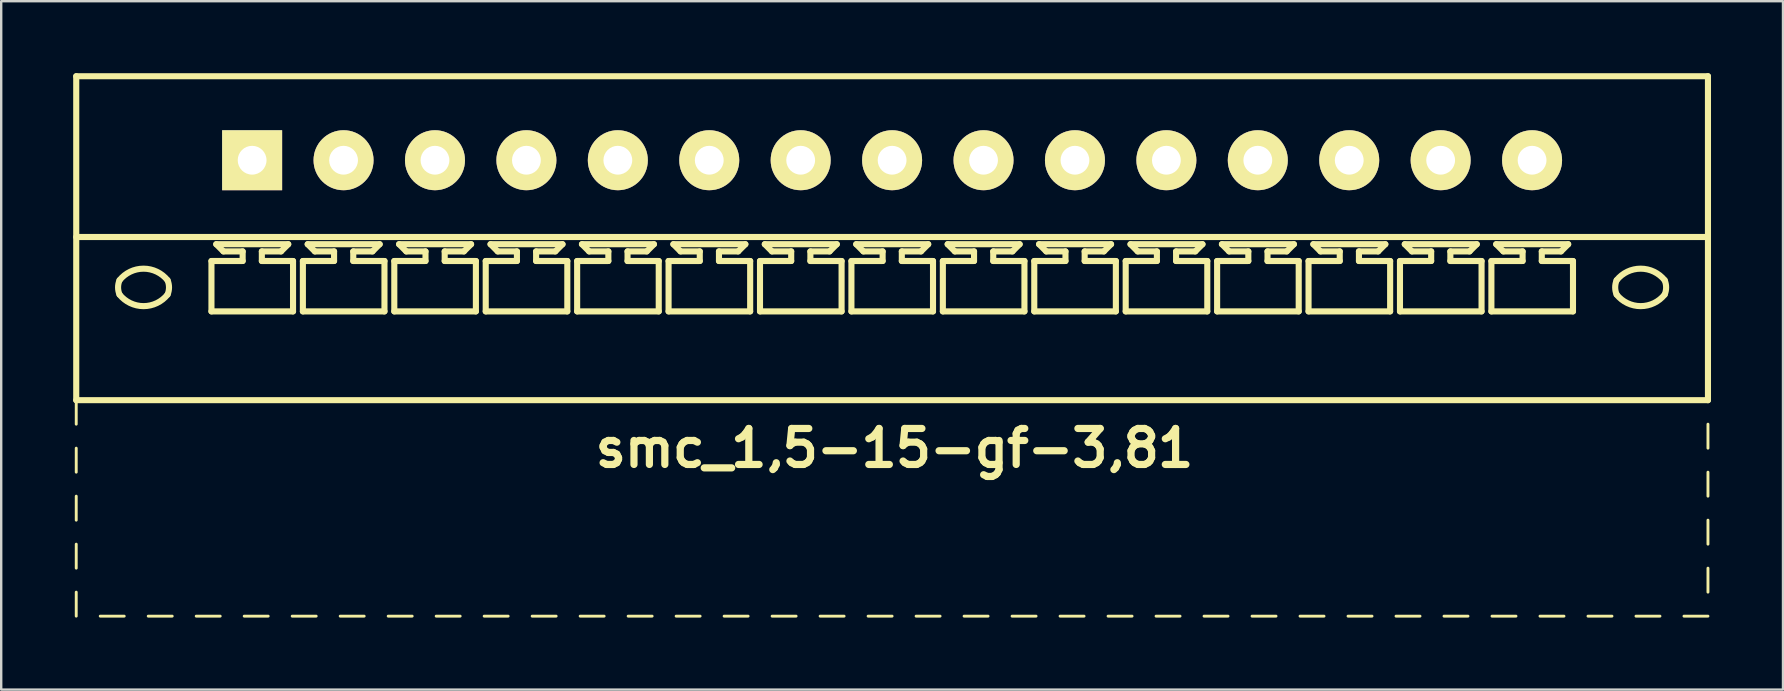
<source format=kicad_pcb>
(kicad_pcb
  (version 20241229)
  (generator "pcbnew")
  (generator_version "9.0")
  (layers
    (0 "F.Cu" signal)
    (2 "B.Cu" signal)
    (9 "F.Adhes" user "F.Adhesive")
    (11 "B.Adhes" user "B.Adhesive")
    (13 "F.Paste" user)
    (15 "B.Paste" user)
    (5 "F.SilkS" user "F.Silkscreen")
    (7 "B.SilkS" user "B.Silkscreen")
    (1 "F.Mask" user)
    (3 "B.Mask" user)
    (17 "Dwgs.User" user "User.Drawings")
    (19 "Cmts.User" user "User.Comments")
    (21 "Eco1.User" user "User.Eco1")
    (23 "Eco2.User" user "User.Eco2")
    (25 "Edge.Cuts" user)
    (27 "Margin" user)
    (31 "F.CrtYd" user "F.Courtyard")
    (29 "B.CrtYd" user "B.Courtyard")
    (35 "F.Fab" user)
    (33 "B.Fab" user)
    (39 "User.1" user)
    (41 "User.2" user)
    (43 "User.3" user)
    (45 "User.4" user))
  (footprint "smc_1,5-15-gf-3,81"
    (layer "F.Cu")
    (at 34.127 3.627)
    (property "Reference" "smc_1,5-15-gf-3,81" (at 0.1 12 0) (layer "F.SilkS") (effects (font (size 1.5 1.5) (thickness 0.3))))
    (attr through_hole)
    (fp_line (start -34 -3.5) (end -34 10) (stroke (width 0.254) (type solid)) (layer "F.SilkS"))
    (fp_line (start -34 -3.5) (end 34 -3.5) (stroke (width 0.254) (type solid)) (layer "F.SilkS"))
    (fp_line (start -34 3.2) (end 34 3.2) (stroke (width 0.254) (type solid)) (layer "F.SilkS"))
    (fp_line (start -34 10) (end -34 11) (stroke (width 0.12) (type solid)) (layer "F.SilkS"))
    (fp_line (start -34 10) (end 34 10) (stroke (width 0.254) (type solid)) (layer "F.SilkS"))
    (fp_line (start -34 12) (end -34 13) (stroke (width 0.12) (type solid)) (layer "F.SilkS"))
    (fp_line (start -34 14) (end -34 15) (stroke (width 0.12) (type solid)) (layer "F.SilkS"))
    (fp_line (start -34 16) (end -34 17) (stroke (width 0.12) (type solid)) (layer "F.SilkS"))
    (fp_line (start -34 18) (end -34 19) (stroke (width 0.12) (type solid)) (layer "F.SilkS"))
    (fp_line (start -33 19) (end -32 19) (stroke (width 0.12) (type solid)) (layer "F.SilkS"))
    (fp_line (start -31 19) (end -30 19) (stroke (width 0.12) (type solid)) (layer "F.SilkS"))
    (fp_line (start -29 19) (end -28 19) (stroke (width 0.12) (type solid)) (layer "F.SilkS"))
    (fp_line (start -28.365 4.2) (end -27.065 4.2) (stroke (width 0.254) (type solid)) (layer "F.SilkS"))
    (fp_line (start -28.365 6.3) (end -28.365 4.2) (stroke (width 0.254) (type solid)) (layer "F.SilkS"))
    (fp_line (start -28.165 3.5) (end -25.165 3.5) (stroke (width 0.254) (type solid)) (layer "F.SilkS"))
    (fp_line (start -27.865 3.8) (end -28.165 3.5) (stroke (width 0.254) (type solid)) (layer "F.SilkS"))
    (fp_line (start -27.065 3.8) (end -27.865 3.8) (stroke (width 0.254) (type solid)) (layer "F.SilkS"))
    (fp_line (start -27.065 4.2) (end -27.065 3.8) (stroke (width 0.254) (type solid)) (layer "F.SilkS"))
    (fp_line (start -27 19) (end -26 19) (stroke (width 0.12) (type solid)) (layer "F.SilkS"))
    (fp_line (start -26.265 3.8) (end -26.265 4.2) (stroke (width 0.254) (type solid)) (layer "F.SilkS"))
    (fp_line (start -26.265 4.2) (end -24.965 4.2) (stroke (width 0.254) (type solid)) (layer "F.SilkS"))
    (fp_line (start -25.465 3.8) (end -26.265 3.8) (stroke (width 0.254) (type solid)) (layer "F.SilkS"))
    (fp_line (start -25.465 3.8) (end -25.165 3.5) (stroke (width 0.254) (type solid)) (layer "F.SilkS"))
    (fp_line (start -25 19) (end -24 19) (stroke (width 0.12) (type solid)) (layer "F.SilkS"))
    (fp_line (start -24.965 4.2) (end -24.965 6.3) (stroke (width 0.254) (type solid)) (layer "F.SilkS"))
    (fp_line (start -24.965 6.3) (end -28.365 6.3) (stroke (width 0.254) (type solid)) (layer "F.SilkS"))
    (fp_line (start -24.555 4.2) (end -23.255 4.2) (stroke (width 0.254) (type solid)) (layer "F.SilkS"))
    (fp_line (start -24.555 6.3) (end -24.555 4.2) (stroke (width 0.254) (type solid)) (layer "F.SilkS"))
    (fp_line (start -24.355 3.5) (end -21.355 3.5) (stroke (width 0.254) (type solid)) (layer "F.SilkS"))
    (fp_line (start -24.055 3.8) (end -24.355 3.5) (stroke (width 0.254) (type solid)) (layer "F.SilkS"))
    (fp_line (start -23.255 3.8) (end -24.055 3.8) (stroke (width 0.254) (type solid)) (layer "F.SilkS"))
    (fp_line (start -23.255 4.2) (end -23.255 3.8) (stroke (width 0.254) (type solid)) (layer "F.SilkS"))
    (fp_line (start -23 19) (end -22 19) (stroke (width 0.12) (type solid)) (layer "F.SilkS"))
    (fp_line (start -22.455 3.8) (end -22.455 4.2) (stroke (width 0.254) (type solid)) (layer "F.SilkS"))
    (fp_line (start -22.455 4.2) (end -21.155 4.2) (stroke (width 0.254) (type solid)) (layer "F.SilkS"))
    (fp_line (start -21.655 3.8) (end -22.455 3.8) (stroke (width 0.254) (type solid)) (layer "F.SilkS"))
    (fp_line (start -21.655 3.8) (end -21.355 3.5) (stroke (width 0.254) (type solid)) (layer "F.SilkS"))
    (fp_line (start -21.155 4.2) (end -21.155 6.3) (stroke (width 0.254) (type solid)) (layer "F.SilkS"))
    (fp_line (start -21.155 6.3) (end -24.555 6.3) (stroke (width 0.254) (type solid)) (layer "F.SilkS"))
    (fp_line (start -21 19) (end -20 19) (stroke (width 0.12) (type solid)) (layer "F.SilkS"))
    (fp_line (start -20.745 4.2) (end -19.445 4.2) (stroke (width 0.254) (type solid)) (layer "F.SilkS"))
    (fp_line (start -20.745 6.3) (end -20.745 4.2) (stroke (width 0.254) (type solid)) (layer "F.SilkS"))
    (fp_line (start -20.545 3.5) (end -17.545 3.5) (stroke (width 0.254) (type solid)) (layer "F.SilkS"))
    (fp_line (start -20.245 3.8) (end -20.545 3.5) (stroke (width 0.254) (type solid)) (layer "F.SilkS"))
    (fp_line (start -19.445 3.8) (end -20.245 3.8) (stroke (width 0.254) (type solid)) (layer "F.SilkS"))
    (fp_line (start -19.445 4.2) (end -19.445 3.8) (stroke (width 0.254) (type solid)) (layer "F.SilkS"))
    (fp_line (start -19 19) (end -18 19) (stroke (width 0.12) (type solid)) (layer "F.SilkS"))
    (fp_line (start -18.645 3.8) (end -18.645 4.2) (stroke (width 0.254) (type solid)) (layer "F.SilkS"))
    (fp_line (start -18.645 4.2) (end -17.345 4.2) (stroke (width 0.254) (type solid)) (layer "F.SilkS"))
    (fp_line (start -17.845 3.8) (end -18.645 3.8) (stroke (width 0.254) (type solid)) (layer "F.SilkS"))
    (fp_line (start -17.845 3.8) (end -17.545 3.5) (stroke (width 0.254) (type solid)) (layer "F.SilkS"))
    (fp_line (start -17.345 4.2) (end -17.345 6.3) (stroke (width 0.254) (type solid)) (layer "F.SilkS"))
    (fp_line (start -17.345 6.3) (end -20.745 6.3) (stroke (width 0.254) (type solid)) (layer "F.SilkS"))
    (fp_line (start -17 19) (end -16 19) (stroke (width 0.12) (type solid)) (layer "F.SilkS"))
    (fp_line (start -16.935 4.2) (end -15.635 4.2) (stroke (width 0.254) (type solid)) (layer "F.SilkS"))
    (fp_line (start -16.935 6.3) (end -16.935 4.2) (stroke (width 0.254) (type solid)) (layer "F.SilkS"))
    (fp_line (start -16.735 3.5) (end -13.735 3.5) (stroke (width 0.254) (type solid)) (layer "F.SilkS"))
    (fp_line (start -16.435 3.8) (end -16.735 3.5) (stroke (width 0.254) (type solid)) (layer "F.SilkS"))
    (fp_line (start -15.635 3.8) (end -16.435 3.8) (stroke (width 0.254) (type solid)) (layer "F.SilkS"))
    (fp_line (start -15.635 4.2) (end -15.635 3.8) (stroke (width 0.254) (type solid)) (layer "F.SilkS"))
    (fp_line (start -15 19) (end -14 19) (stroke (width 0.12) (type solid)) (layer "F.SilkS"))
    (fp_line (start -14.835 3.8) (end -14.835 4.2) (stroke (width 0.254) (type solid)) (layer "F.SilkS"))
    (fp_line (start -14.835 4.2) (end -13.535 4.2) (stroke (width 0.254) (type solid)) (layer "F.SilkS"))
    (fp_line (start -14.035 3.8) (end -14.835 3.8) (stroke (width 0.254) (type solid)) (layer "F.SilkS"))
    (fp_line (start -14.035 3.8) (end -13.735 3.5) (stroke (width 0.254) (type solid)) (layer "F.SilkS"))
    (fp_line (start -13.535 4.2) (end -13.535 6.3) (stroke (width 0.254) (type solid)) (layer "F.SilkS"))
    (fp_line (start -13.535 6.3) (end -16.935 6.3) (stroke (width 0.254) (type solid)) (layer "F.SilkS"))
    (fp_line (start -13.125 4.2) (end -11.825 4.2) (stroke (width 0.254) (type solid)) (layer "F.SilkS"))
    (fp_line (start -13.125 6.3) (end -13.125 4.2) (stroke (width 0.254) (type solid)) (layer "F.SilkS"))
    (fp_line (start -13 19) (end -12 19) (stroke (width 0.12) (type solid)) (layer "F.SilkS"))
    (fp_line (start -12.925 3.5) (end -9.925 3.5) (stroke (width 0.254) (type solid)) (layer "F.SilkS"))
    (fp_line (start -12.625 3.8) (end -12.925 3.5) (stroke (width 0.254) (type solid)) (layer "F.SilkS"))
    (fp_line (start -11.825 3.8) (end -12.625 3.8) (stroke (width 0.254) (type solid)) (layer "F.SilkS"))
    (fp_line (start -11.825 4.2) (end -11.825 3.8) (stroke (width 0.254) (type solid)) (layer "F.SilkS"))
    (fp_line (start -11.025 3.8) (end -11.025 4.2) (stroke (width 0.254) (type solid)) (layer "F.SilkS"))
    (fp_line (start -11.025 4.2) (end -9.725 4.2) (stroke (width 0.254) (type solid)) (layer "F.SilkS"))
    (fp_line (start -11 19) (end -10 19) (stroke (width 0.12) (type solid)) (layer "F.SilkS"))
    (fp_line (start -10.225 3.8) (end -11.025 3.8) (stroke (width 0.254) (type solid)) (layer "F.SilkS"))
    (fp_line (start -10.225 3.8) (end -9.925 3.5) (stroke (width 0.254) (type solid)) (layer "F.SilkS"))
    (fp_line (start -9.725 4.2) (end -9.725 6.3) (stroke (width 0.254) (type solid)) (layer "F.SilkS"))
    (fp_line (start -9.725 6.3) (end -13.125 6.3) (stroke (width 0.254) (type solid)) (layer "F.SilkS"))
    (fp_line (start -9.315 4.2) (end -8.015 4.2) (stroke (width 0.254) (type solid)) (layer "F.SilkS"))
    (fp_line (start -9.315 6.3) (end -9.315 4.2) (stroke (width 0.254) (type solid)) (layer "F.SilkS"))
    (fp_line (start -9.115 3.5) (end -6.115 3.5) (stroke (width 0.254) (type solid)) (layer "F.SilkS"))
    (fp_line (start -9 19) (end -8 19) (stroke (width 0.12) (type solid)) (layer "F.SilkS"))
    (fp_line (start -8.815 3.8) (end -9.115 3.5) (stroke (width 0.254) (type solid)) (layer "F.SilkS"))
    (fp_line (start -8.015 3.8) (end -8.815 3.8) (stroke (width 0.254) (type solid)) (layer "F.SilkS"))
    (fp_line (start -8.015 4.2) (end -8.015 3.8) (stroke (width 0.254) (type solid)) (layer "F.SilkS"))
    (fp_line (start -7.215 3.8) (end -7.215 4.2) (stroke (width 0.254) (type solid)) (layer "F.SilkS"))
    (fp_line (start -7.215 4.2) (end -5.915 4.2) (stroke (width 0.254) (type solid)) (layer "F.SilkS"))
    (fp_line (start -7 19) (end -6 19) (stroke (width 0.12) (type solid)) (layer "F.SilkS"))
    (fp_line (start -6.415 3.8) (end -7.215 3.8) (stroke (width 0.254) (type solid)) (layer "F.SilkS"))
    (fp_line (start -6.415 3.8) (end -6.115 3.5) (stroke (width 0.254) (type solid)) (layer "F.SilkS"))
    (fp_line (start -5.915 4.2) (end -5.915 6.3) (stroke (width 0.254) (type solid)) (layer "F.SilkS"))
    (fp_line (start -5.915 6.3) (end -9.315 6.3) (stroke (width 0.254) (type solid)) (layer "F.SilkS"))
    (fp_line (start -5.505 4.2) (end -4.205 4.2) (stroke (width 0.254) (type solid)) (layer "F.SilkS"))
    (fp_line (start -5.505 6.3) (end -5.505 4.2) (stroke (width 0.254) (type solid)) (layer "F.SilkS"))
    (fp_line (start -5.305 3.5) (end -2.305 3.5) (stroke (width 0.254) (type solid)) (layer "F.SilkS"))
    (fp_line (start -5.005 3.8) (end -5.305 3.5) (stroke (width 0.254) (type solid)) (layer "F.SilkS"))
    (fp_line (start -5 19) (end -4 19) (stroke (width 0.12) (type solid)) (layer "F.SilkS"))
    (fp_line (start -4.205 3.8) (end -5.005 3.8) (stroke (width 0.254) (type solid)) (layer "F.SilkS"))
    (fp_line (start -4.205 4.2) (end -4.205 3.8) (stroke (width 0.254) (type solid)) (layer "F.SilkS"))
    (fp_line (start -3.405 3.8) (end -3.405 4.2) (stroke (width 0.254) (type solid)) (layer "F.SilkS"))
    (fp_line (start -3.405 4.2) (end -2.105 4.2) (stroke (width 0.254) (type solid)) (layer "F.SilkS"))
    (fp_line (start -3 19) (end -2 19) (stroke (width 0.12) (type solid)) (layer "F.SilkS"))
    (fp_line (start -2.605 3.8) (end -3.405 3.8) (stroke (width 0.254) (type solid)) (layer "F.SilkS"))
    (fp_line (start -2.605 3.8) (end -2.305 3.5) (stroke (width 0.254) (type solid)) (layer "F.SilkS"))
    (fp_line (start -2.105 4.2) (end -2.105 6.3) (stroke (width 0.254) (type solid)) (layer "F.SilkS"))
    (fp_line (start -2.105 6.3) (end -5.505 6.3) (stroke (width 0.254) (type solid)) (layer "F.SilkS"))
    (fp_line (start -1.695 4.2) (end -0.395 4.2) (stroke (width 0.254) (type solid)) (layer "F.SilkS"))
    (fp_line (start -1.695 6.3) (end -1.695 4.2) (stroke (width 0.254) (type solid)) (layer "F.SilkS"))
    (fp_line (start -1.495 3.5) (end 1.505 3.5) (stroke (width 0.254) (type solid)) (layer "F.SilkS"))
    (fp_line (start -1.195 3.8) (end -1.495 3.5) (stroke (width 0.254) (type solid)) (layer "F.SilkS"))
    (fp_line (start -1 19) (end 0 19) (stroke (width 0.12) (type solid)) (layer "F.SilkS"))
    (fp_line (start -0.395 3.8) (end -1.195 3.8) (stroke (width 0.254) (type solid)) (layer "F.SilkS"))
    (fp_line (start -0.395 4.2) (end -0.395 3.8) (stroke (width 0.254) (type solid)) (layer "F.SilkS"))
    (fp_line (start 0.405 3.8) (end 0.405 4.2) (stroke (width 0.254) (type solid)) (layer "F.SilkS"))
    (fp_line (start 0.405 4.2) (end 1.705 4.2) (stroke (width 0.254) (type solid)) (layer "F.SilkS"))
    (fp_line (start 1 19) (end 2 19) (stroke (width 0.12) (type solid)) (layer "F.SilkS"))
    (fp_line (start 1.205 3.8) (end 0.405 3.8) (stroke (width 0.254) (type solid)) (layer "F.SilkS"))
    (fp_line (start 1.205 3.8) (end 1.505 3.5) (stroke (width 0.254) (type solid)) (layer "F.SilkS"))
    (fp_line (start 1.705 4.2) (end 1.705 6.3) (stroke (width 0.254) (type solid)) (layer "F.SilkS"))
    (fp_line (start 1.705 6.3) (end -1.695 6.3) (stroke (width 0.254) (type solid)) (layer "F.SilkS"))
    (fp_line (start 2.115 4.2) (end 3.415 4.2) (stroke (width 0.254) (type solid)) (layer "F.SilkS"))
    (fp_line (start 2.115 6.3) (end 2.115 4.2) (stroke (width 0.254) (type solid)) (layer "F.SilkS"))
    (fp_line (start 2.315 3.5) (end 5.315 3.5) (stroke (width 0.254) (type solid)) (layer "F.SilkS"))
    (fp_line (start 2.615 3.8) (end 2.315 3.5) (stroke (width 0.254) (type solid)) (layer "F.SilkS"))
    (fp_line (start 3 19) (end 4 19) (stroke (width 0.12) (type solid)) (layer "F.SilkS"))
    (fp_line (start 3.415 3.8) (end 2.615 3.8) (stroke (width 0.254) (type solid)) (layer "F.SilkS"))
    (fp_line (start 3.415 4.2) (end 3.415 3.8) (stroke (width 0.254) (type solid)) (layer "F.SilkS"))
    (fp_line (start 4.215 3.8) (end 4.215 4.2) (stroke (width 0.254) (type solid)) (layer "F.SilkS"))
    (fp_line (start 4.215 4.2) (end 5.515 4.2) (stroke (width 0.254) (type solid)) (layer "F.SilkS"))
    (fp_line (start 5 19) (end 6 19) (stroke (width 0.12) (type solid)) (layer "F.SilkS"))
    (fp_line (start 5.015 3.8) (end 4.215 3.8) (stroke (width 0.254) (type solid)) (layer "F.SilkS"))
    (fp_line (start 5.015 3.8) (end 5.315 3.5) (stroke (width 0.254) (type solid)) (layer "F.SilkS"))
    (fp_line (start 5.515 4.2) (end 5.515 6.3) (stroke (width 0.254) (type solid)) (layer "F.SilkS"))
    (fp_line (start 5.515 6.3) (end 2.115 6.3) (stroke (width 0.254) (type solid)) (layer "F.SilkS"))
    (fp_line (start 5.925 4.2) (end 7.225 4.2) (stroke (width 0.254) (type solid)) (layer "F.SilkS"))
    (fp_line (start 5.925 6.3) (end 5.925 4.2) (stroke (width 0.254) (type solid)) (layer "F.SilkS"))
    (fp_line (start 6.125 3.5) (end 9.125 3.5) (stroke (width 0.254) (type solid)) (layer "F.SilkS"))
    (fp_line (start 6.425 3.8) (end 6.125 3.5) (stroke (width 0.254) (type solid)) (layer "F.SilkS"))
    (fp_line (start 7 19) (end 8 19) (stroke (width 0.12) (type solid)) (layer "F.SilkS"))
    (fp_line (start 7.225 3.8) (end 6.425 3.8) (stroke (width 0.254) (type solid)) (layer "F.SilkS"))
    (fp_line (start 7.225 4.2) (end 7.225 3.8) (stroke (width 0.254) (type solid)) (layer "F.SilkS"))
    (fp_line (start 8.025 3.8) (end 8.025 4.2) (stroke (width 0.254) (type solid)) (layer "F.SilkS"))
    (fp_line (start 8.025 4.2) (end 9.325 4.2) (stroke (width 0.254) (type solid)) (layer "F.SilkS"))
    (fp_line (start 8.825 3.8) (end 8.025 3.8) (stroke (width 0.254) (type solid)) (layer "F.SilkS"))
    (fp_line (start 8.825 3.8) (end 9.125 3.5) (stroke (width 0.254) (type solid)) (layer "F.SilkS"))
    (fp_line (start 9 19) (end 10 19) (stroke (width 0.12) (type solid)) (layer "F.SilkS"))
    (fp_line (start 9.325 4.2) (end 9.325 6.3) (stroke (width 0.254) (type solid)) (layer "F.SilkS"))
    (fp_line (start 9.325 6.3) (end 5.925 6.3) (stroke (width 0.254) (type solid)) (layer "F.SilkS"))
    (fp_line (start 9.735 4.2) (end 11.035 4.2) (stroke (width 0.254) (type solid)) (layer "F.SilkS"))
    (fp_line (start 9.735 6.3) (end 9.735 4.2) (stroke (width 0.254) (type solid)) (layer "F.SilkS"))
    (fp_line (start 9.935 3.5) (end 12.935 3.5) (stroke (width 0.254) (type solid)) (layer "F.SilkS"))
    (fp_line (start 10.235 3.8) (end 9.935 3.5) (stroke (width 0.254) (type solid)) (layer "F.SilkS"))
    (fp_line (start 11 19) (end 12 19) (stroke (width 0.12) (type solid)) (layer "F.SilkS"))
    (fp_line (start 11.035 3.8) (end 10.235 3.8) (stroke (width 0.254) (type solid)) (layer "F.SilkS"))
    (fp_line (start 11.035 4.2) (end 11.035 3.8) (stroke (width 0.254) (type solid)) (layer "F.SilkS"))
    (fp_line (start 11.835 3.8) (end 11.835 4.2) (stroke (width 0.254) (type solid)) (layer "F.SilkS"))
    (fp_line (start 11.835 4.2) (end 13.135 4.2) (stroke (width 0.254) (type solid)) (layer "F.SilkS"))
    (fp_line (start 12.635 3.8) (end 11.835 3.8) (stroke (width 0.254) (type solid)) (layer "F.SilkS"))
    (fp_line (start 12.635 3.8) (end 12.935 3.5) (stroke (width 0.254) (type solid)) (layer "F.SilkS"))
    (fp_line (start 13 19) (end 14 19) (stroke (width 0.12) (type solid)) (layer "F.SilkS"))
    (fp_line (start 13.135 4.2) (end 13.135 6.3) (stroke (width 0.254) (type solid)) (layer "F.SilkS"))
    (fp_line (start 13.135 6.3) (end 9.735 6.3) (stroke (width 0.254) (type solid)) (layer "F.SilkS"))
    (fp_line (start 13.545 4.2) (end 14.845 4.2) (stroke (width 0.254) (type solid)) (layer "F.SilkS"))
    (fp_line (start 13.545 6.3) (end 13.545 4.2) (stroke (width 0.254) (type solid)) (layer "F.SilkS"))
    (fp_line (start 13.745 3.5) (end 16.745 3.5) (stroke (width 0.254) (type solid)) (layer "F.SilkS"))
    (fp_line (start 14.045 3.8) (end 13.745 3.5) (stroke (width 0.254) (type solid)) (layer "F.SilkS"))
    (fp_line (start 14.845 3.8) (end 14.045 3.8) (stroke (width 0.254) (type solid)) (layer "F.SilkS"))
    (fp_line (start 14.845 4.2) (end 14.845 3.8) (stroke (width 0.254) (type solid)) (layer "F.SilkS"))
    (fp_line (start 15 19) (end 16 19) (stroke (width 0.12) (type solid)) (layer "F.SilkS"))
    (fp_line (start 15.645 3.8) (end 15.645 4.2) (stroke (width 0.254) (type solid)) (layer "F.SilkS"))
    (fp_line (start 15.645 4.2) (end 16.945 4.2) (stroke (width 0.254) (type solid)) (layer "F.SilkS"))
    (fp_line (start 16.445 3.8) (end 15.645 3.8) (stroke (width 0.254) (type solid)) (layer "F.SilkS"))
    (fp_line (start 16.445 3.8) (end 16.745 3.5) (stroke (width 0.254) (type solid)) (layer "F.SilkS"))
    (fp_line (start 16.945 4.2) (end 16.945 6.3) (stroke (width 0.254) (type solid)) (layer "F.SilkS"))
    (fp_line (start 16.945 6.3) (end 13.545 6.3) (stroke (width 0.254) (type solid)) (layer "F.SilkS"))
    (fp_line (start 17 19) (end 18 19) (stroke (width 0.12) (type solid)) (layer "F.SilkS"))
    (fp_line (start 17.355 4.2) (end 18.655 4.2) (stroke (width 0.254) (type solid)) (layer "F.SilkS"))
    (fp_line (start 17.355 6.3) (end 17.355 4.2) (stroke (width 0.254) (type solid)) (layer "F.SilkS"))
    (fp_line (start 17.555 3.5) (end 20.555 3.5) (stroke (width 0.254) (type solid)) (layer "F.SilkS"))
    (fp_line (start 17.855 3.8) (end 17.555 3.5) (stroke (width 0.254) (type solid)) (layer "F.SilkS"))
    (fp_line (start 18.655 3.8) (end 17.855 3.8) (stroke (width 0.254) (type solid)) (layer "F.SilkS"))
    (fp_line (start 18.655 4.2) (end 18.655 3.8) (stroke (width 0.254) (type solid)) (layer "F.SilkS"))
    (fp_line (start 19 19) (end 20 19) (stroke (width 0.12) (type solid)) (layer "F.SilkS"))
    (fp_line (start 19.455 3.8) (end 19.455 4.2) (stroke (width 0.254) (type solid)) (layer "F.SilkS"))
    (fp_line (start 19.455 4.2) (end 20.755 4.2) (stroke (width 0.254) (type solid)) (layer "F.SilkS"))
    (fp_line (start 20.255 3.8) (end 19.455 3.8) (stroke (width 0.254) (type solid)) (layer "F.SilkS"))
    (fp_line (start 20.255 3.8) (end 20.555 3.5) (stroke (width 0.254) (type solid)) (layer "F.SilkS"))
    (fp_line (start 20.755 4.2) (end 20.755 6.3) (stroke (width 0.254) (type solid)) (layer "F.SilkS"))
    (fp_line (start 20.755 6.3) (end 17.355 6.3) (stroke (width 0.254) (type solid)) (layer "F.SilkS"))
    (fp_line (start 21 19) (end 22 19) (stroke (width 0.12) (type solid)) (layer "F.SilkS"))
    (fp_line (start 21.165 4.2) (end 22.465 4.2) (stroke (width 0.254) (type solid)) (layer "F.SilkS"))
    (fp_line (start 21.165 6.3) (end 21.165 4.2) (stroke (width 0.254) (type solid)) (layer "F.SilkS"))
    (fp_line (start 21.365 3.5) (end 24.365 3.5) (stroke (width 0.254) (type solid)) (layer "F.SilkS"))
    (fp_line (start 21.665 3.8) (end 21.365 3.5) (stroke (width 0.254) (type solid)) (layer "F.SilkS"))
    (fp_line (start 22.465 3.8) (end 21.665 3.8) (stroke (width 0.254) (type solid)) (layer "F.SilkS"))
    (fp_line (start 22.465 4.2) (end 22.465 3.8) (stroke (width 0.254) (type solid)) (layer "F.SilkS"))
    (fp_line (start 23 19) (end 24 19) (stroke (width 0.12) (type solid)) (layer "F.SilkS"))
    (fp_line (start 23.265 3.8) (end 23.265 4.2) (stroke (width 0.254) (type solid)) (layer "F.SilkS"))
    (fp_line (start 23.265 4.2) (end 24.565 4.2) (stroke (width 0.254) (type solid)) (layer "F.SilkS"))
    (fp_line (start 24.065 3.8) (end 23.265 3.8) (stroke (width 0.254) (type solid)) (layer "F.SilkS"))
    (fp_line (start 24.065 3.8) (end 24.365 3.5) (stroke (width 0.254) (type solid)) (layer "F.SilkS"))
    (fp_line (start 24.565 4.2) (end 24.565 6.3) (stroke (width 0.254) (type solid)) (layer "F.SilkS"))
    (fp_line (start 24.565 6.3) (end 21.165 6.3) (stroke (width 0.254) (type solid)) (layer "F.SilkS"))
    (fp_line (start 24.975 4.2) (end 26.275 4.2) (stroke (width 0.254) (type solid)) (layer "F.SilkS"))
    (fp_line (start 24.975 6.3) (end 24.975 4.2) (stroke (width 0.254) (type solid)) (layer "F.SilkS"))
    (fp_line (start 25 19) (end 26 19) (stroke (width 0.12) (type solid)) (layer "F.SilkS"))
    (fp_line (start 25.175 3.5) (end 28.175 3.5) (stroke (width 0.254) (type solid)) (layer "F.SilkS"))
    (fp_line (start 25.475 3.8) (end 25.175 3.5) (stroke (width 0.254) (type solid)) (layer "F.SilkS"))
    (fp_line (start 26.275 3.8) (end 25.475 3.8) (stroke (width 0.254) (type solid)) (layer "F.SilkS"))
    (fp_line (start 26.275 4.2) (end 26.275 3.8) (stroke (width 0.254) (type solid)) (layer "F.SilkS"))
    (fp_line (start 27 19) (end 28 19) (stroke (width 0.12) (type solid)) (layer "F.SilkS"))
    (fp_line (start 27.075 3.8) (end 27.075 4.2) (stroke (width 0.254) (type solid)) (layer "F.SilkS"))
    (fp_line (start 27.075 4.2) (end 28.375 4.2) (stroke (width 0.254) (type solid)) (layer "F.SilkS"))
    (fp_line (start 27.875 3.8) (end 27.075 3.8) (stroke (width 0.254) (type solid)) (layer "F.SilkS"))
    (fp_line (start 27.875 3.8) (end 28.175 3.5) (stroke (width 0.254) (type solid)) (layer "F.SilkS"))
    (fp_line (start 28.375 4.2) (end 28.375 6.3) (stroke (width 0.254) (type solid)) (layer "F.SilkS"))
    (fp_line (start 28.375 6.3) (end 24.975 6.3) (stroke (width 0.254) (type solid)) (layer "F.SilkS"))
    (fp_line (start 29 19) (end 30 19) (stroke (width 0.12) (type solid)) (layer "F.SilkS"))
    (fp_line (start 31 19) (end 32 19) (stroke (width 0.12) (type solid)) (layer "F.SilkS"))
    (fp_line (start 33 19) (end 34 19) (stroke (width 0.12) (type solid)) (layer "F.SilkS"))
    (fp_line (start 34 -3.5) (end 34 10) (stroke (width 0.254) (type solid)) (layer "F.SilkS"))
    (fp_line (start 34 12) (end 34 11) (stroke (width 0.12) (type solid)) (layer "F.SilkS"))
    (fp_line (start 34 14) (end 34 13) (stroke (width 0.12) (type solid)) (layer "F.SilkS"))
    (fp_line (start 34 15) (end 34 16) (stroke (width 0.12) (type solid)) (layer "F.SilkS"))
    (fp_line (start 34 17) (end 34 18) (stroke (width 0.12) (type solid)) (layer "F.SilkS"))
    (fp_arc (start -32.195274 5.000342) (mid -31.195219 4.519375) (end -30.195 5) (stroke (width 0.254) (type solid)) (layer "F.SilkS"))
    (fp_arc (start -32.194985 5.600034) (mid -32.256577 5.300019) (end -32.195 5) (stroke (width 0.254) (type solid)) (layer "F.SilkS"))
    (fp_arc (start -30.195015 4.999966) (mid -30.133423 5.299981) (end -30.195 5.6) (stroke (width 0.254) (type solid)) (layer "F.SilkS"))
    (fp_arc (start -30.194726 5.599658) (mid -31.194781 6.080625) (end -32.195 5.6) (stroke (width 0.254) (type solid)) (layer "F.SilkS"))
    (fp_arc (start 30.194726 5.000342) (mid 31.194781 4.519375) (end 32.195 5) (stroke (width 0.254) (type solid)) (layer "F.SilkS"))
    (fp_arc (start 30.195015 5.600034) (mid 30.133423 5.300019) (end 30.195 5) (stroke (width 0.254) (type solid)) (layer "F.SilkS"))
    (fp_arc (start 32.194985 4.999966) (mid 32.256577 5.299981) (end 32.195 5.6) (stroke (width 0.254) (type solid)) (layer "F.SilkS"))
    (fp_arc (start 32.195274 5.599658) (mid 31.195219 6.080625) (end 30.195 5.6) (stroke (width 0.254) (type solid)) (layer "F.SilkS"))
    (pad "1" thru_hole rect (at -26.67 0) (size 2.5 2.5) (drill 1.2) (layers "*.Cu" "*.Mask" "F.SilkS"))
    (pad "2" thru_hole circle (at -22.86 0) (size 2.5 2.5) (drill 1.2) (layers "*.Cu" "*.Mask" "F.SilkS"))
    (pad "3" thru_hole circle (at -19.05 0) (size 2.5 2.5) (drill 1.2) (layers "*.Cu" "*.Mask" "F.SilkS"))
    (pad "4" thru_hole circle (at -15.24 0) (size 2.5 2.5) (drill 1.2) (layers "*.Cu" "*.Mask" "F.SilkS"))
    (pad "5" thru_hole circle (at -11.43 0) (size 2.5 2.5) (drill 1.2) (layers "*.Cu" "*.Mask" "F.SilkS"))
    (pad "6" thru_hole circle (at -7.62 0) (size 2.5 2.5) (drill 1.2) (layers "*.Cu" "*.Mask" "F.SilkS"))
    (pad "7" thru_hole circle (at -3.81 0) (size 2.5 2.5) (drill 1.2) (layers "*.Cu" "*.Mask" "F.SilkS"))
    (pad "8" thru_hole circle (at 0 0) (size 2.5 2.5) (drill 1.2) (layers "*.Cu" "*.Mask" "F.SilkS"))
    (pad "9" thru_hole circle (at 3.81 0) (size 2.5 2.5) (drill 1.2) (layers "*.Cu" "*.Mask" "F.SilkS"))
    (pad "10" thru_hole circle (at 7.62 0) (size 2.5 2.5) (drill 1.2) (layers "*.Cu" "*.Mask" "F.SilkS"))
    (pad "11" thru_hole circle (at 11.43 0) (size 2.5 2.5) (drill 1.2) (layers "*.Cu" "*.Mask" "F.SilkS"))
    (pad "12" thru_hole circle (at 15.24 0) (size 2.5 2.5) (drill 1.2) (layers "*.Cu" "*.Mask" "F.SilkS"))
    (pad "13" thru_hole circle (at 19.05 0) (size 2.5 2.5) (drill 1.2) (layers "*.Cu" "*.Mask" "F.SilkS"))
    (pad "14" thru_hole circle (at 22.86 0) (size 2.5 2.5) (drill 1.2) (layers "*.Cu" "*.Mask" "F.SilkS"))
    (pad "15" thru_hole circle (at 26.67 0) (size 2.5 2.5) (drill 1.2) (layers "*.Cu" "*.Mask" "F.SilkS")))
  (gr_rect
    (start -3 -3)
    (end 71.254 25.687)
    (stroke (width 0.1) (type default))
    (fill no)
    (layer "Edge.Cuts")))
</source>
